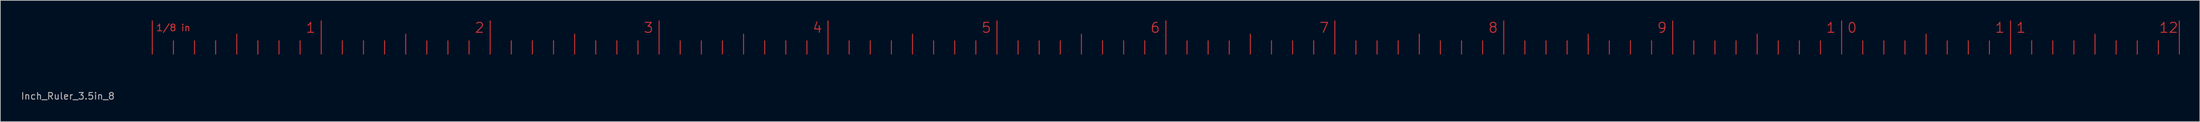
<source format=kicad_pcb>
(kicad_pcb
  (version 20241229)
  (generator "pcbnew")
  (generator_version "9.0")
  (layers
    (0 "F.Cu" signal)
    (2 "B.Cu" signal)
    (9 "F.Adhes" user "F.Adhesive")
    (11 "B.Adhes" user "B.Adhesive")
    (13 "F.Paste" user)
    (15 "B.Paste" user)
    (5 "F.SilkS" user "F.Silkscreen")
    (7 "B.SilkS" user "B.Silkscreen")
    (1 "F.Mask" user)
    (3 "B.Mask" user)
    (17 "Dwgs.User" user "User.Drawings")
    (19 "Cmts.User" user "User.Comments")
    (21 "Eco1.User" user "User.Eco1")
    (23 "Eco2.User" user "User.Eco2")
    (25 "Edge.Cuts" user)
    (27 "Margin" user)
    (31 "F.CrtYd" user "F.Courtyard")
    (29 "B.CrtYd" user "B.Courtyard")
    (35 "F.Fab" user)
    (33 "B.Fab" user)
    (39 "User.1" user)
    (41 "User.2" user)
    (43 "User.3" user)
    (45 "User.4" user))
  (footprint "Inch_Ruler_3.5in_8"
    (layer "F.Cu")
    (at 19.849 5.109)
    (property "Reference" "Inch_Ruler_3.5in_8" (at -12.7 6.35 0) (layer "F.Fab") (effects (font (size 1 1) (thickness 0.15))))
    (attr through_hole)
    (fp_line (start 0 -5) (end 0 0) (stroke (width 0.15) (type solid)) (layer "F.Cu"))
    (fp_line (start 3.175 -2) (end 3.175 0) (stroke (width 0.15) (type solid)) (layer "F.Cu"))
    (fp_line (start 6.35 -2) (end 6.35 0) (stroke (width 0.15) (type solid)) (layer "F.Cu"))
    (fp_line (start 9.525 -2) (end 9.525 0) (stroke (width 0.15) (type solid)) (layer "F.Cu"))
    (fp_line (start 12.7 -3) (end 12.7 0) (stroke (width 0.15) (type solid)) (layer "F.Cu"))
    (fp_line (start 15.875 -2) (end 15.875 0) (stroke (width 0.15) (type solid)) (layer "F.Cu"))
    (fp_line (start 19.05 -2) (end 19.05 0) (stroke (width 0.15) (type solid)) (layer "F.Cu"))
    (fp_line (start 22.225 -2) (end 22.225 0) (stroke (width 0.15) (type solid)) (layer "F.Cu"))
    (fp_line (start 25.4 -5) (end 25.4 0) (stroke (width 0.15) (type solid)) (layer "F.Cu"))
    (fp_line (start 28.575 -2) (end 28.575 0) (stroke (width 0.15) (type solid)) (layer "F.Cu"))
    (fp_line (start 31.75 -2) (end 31.75 0) (stroke (width 0.15) (type solid)) (layer "F.Cu"))
    (fp_line (start 34.925 -2) (end 34.925 0) (stroke (width 0.15) (type solid)) (layer "F.Cu"))
    (fp_line (start 38.1 -3) (end 38.1 0) (stroke (width 0.15) (type solid)) (layer "F.Cu"))
    (fp_line (start 41.275 -2) (end 41.275 0) (stroke (width 0.15) (type solid)) (layer "F.Cu"))
    (fp_line (start 44.45 -2) (end 44.45 0) (stroke (width 0.15) (type solid)) (layer "F.Cu"))
    (fp_line (start 47.625 -2) (end 47.625 0) (stroke (width 0.15) (type solid)) (layer "F.Cu"))
    (fp_line (start 50.8 -5) (end 50.8 0) (stroke (width 0.15) (type solid)) (layer "F.Cu"))
    (fp_line (start 53.975 -2) (end 53.975 0) (stroke (width 0.15) (type solid)) (layer "F.Cu"))
    (fp_line (start 57.15 -2) (end 57.15 0) (stroke (width 0.15) (type solid)) (layer "F.Cu"))
    (fp_line (start 60.325 -2) (end 60.325 0) (stroke (width 0.15) (type solid)) (layer "F.Cu"))
    (fp_line (start 63.5 -3) (end 63.5 0) (stroke (width 0.15) (type solid)) (layer "F.Cu"))
    (fp_line (start 66.675 -2) (end 66.675 0) (stroke (width 0.15) (type solid)) (layer "F.Cu"))
    (fp_line (start 69.85 -2) (end 69.85 0) (stroke (width 0.15) (type solid)) (layer "F.Cu"))
    (fp_line (start 73.025 -2) (end 73.025 0) (stroke (width 0.15) (type solid)) (layer "F.Cu"))
    (fp_line (start 76.2 -5) (end 76.2 0) (stroke (width 0.15) (type solid)) (layer "F.Cu"))
    (fp_line (start 79.375 -2) (end 79.375 0) (stroke (width 0.15) (type solid)) (layer "F.Cu"))
    (fp_line (start 82.55 -2) (end 82.55 0) (stroke (width 0.15) (type solid)) (layer "F.Cu"))
    (fp_line (start 85.725 -2) (end 85.725 0) (stroke (width 0.15) (type solid)) (layer "F.Cu"))
    (fp_line (start 88.9 -3) (end 88.9 0) (stroke (width 0.15) (type solid)) (layer "F.Cu"))
    (fp_line (start 92.075 -2) (end 92.075 0) (stroke (width 0.15) (type solid)) (layer "F.Cu"))
    (fp_line (start 95.25 -2) (end 95.25 0) (stroke (width 0.15) (type solid)) (layer "F.Cu"))
    (fp_line (start 98.425 -2) (end 98.425 0) (stroke (width 0.15) (type solid)) (layer "F.Cu"))
    (fp_line (start 101.6 -5) (end 101.6 0) (stroke (width 0.15) (type solid)) (layer "F.Cu"))
    (fp_line (start 104.775 -2) (end 104.775 0) (stroke (width 0.15) (type solid)) (layer "F.Cu"))
    (fp_line (start 107.95 -2) (end 107.95 0) (stroke (width 0.15) (type solid)) (layer "F.Cu"))
    (fp_line (start 111.125 -2) (end 111.125 0) (stroke (width 0.15) (type solid)) (layer "F.Cu"))
    (fp_line (start 114.3 -3) (end 114.3 0) (stroke (width 0.15) (type solid)) (layer "F.Cu"))
    (fp_line (start 117.475 -2) (end 117.475 0) (stroke (width 0.15) (type solid)) (layer "F.Cu"))
    (fp_line (start 120.65 -2) (end 120.65 0) (stroke (width 0.15) (type solid)) (layer "F.Cu"))
    (fp_line (start 123.825 -2) (end 123.825 0) (stroke (width 0.15) (type solid)) (layer "F.Cu"))
    (fp_line (start 127 -5) (end 127 0) (stroke (width 0.15) (type solid)) (layer "F.Cu"))
    (fp_line (start 130.175 -2) (end 130.175 0) (stroke (width 0.15) (type solid)) (layer "F.Cu"))
    (fp_line (start 133.35 -2) (end 133.35 0) (stroke (width 0.15) (type solid)) (layer "F.Cu"))
    (fp_line (start 136.525 -2) (end 136.525 0) (stroke (width 0.15) (type solid)) (layer "F.Cu"))
    (fp_line (start 139.7 -3) (end 139.7 0) (stroke (width 0.15) (type solid)) (layer "F.Cu"))
    (fp_line (start 142.875 -2) (end 142.875 0) (stroke (width 0.15) (type solid)) (layer "F.Cu"))
    (fp_line (start 146.05 -2) (end 146.05 0) (stroke (width 0.15) (type solid)) (layer "F.Cu"))
    (fp_line (start 149.225 -2) (end 149.225 0) (stroke (width 0.15) (type solid)) (layer "F.Cu"))
    (fp_line (start 152.4 -5) (end 152.4 0) (stroke (width 0.15) (type solid)) (layer "F.Cu"))
    (fp_line (start 155.575 -2) (end 155.575 0) (stroke (width 0.15) (type solid)) (layer "F.Cu"))
    (fp_line (start 158.75 -2) (end 158.75 0) (stroke (width 0.15) (type solid)) (layer "F.Cu"))
    (fp_line (start 161.925 -2) (end 161.925 0) (stroke (width 0.15) (type solid)) (layer "F.Cu"))
    (fp_line (start 165.1 -3) (end 165.1 0) (stroke (width 0.15) (type solid)) (layer "F.Cu"))
    (fp_line (start 168.275 -2) (end 168.275 0) (stroke (width 0.15) (type solid)) (layer "F.Cu"))
    (fp_line (start 171.45 -2) (end 171.45 0) (stroke (width 0.15) (type solid)) (layer "F.Cu"))
    (fp_line (start 174.625 -2) (end 174.625 0) (stroke (width 0.15) (type solid)) (layer "F.Cu"))
    (fp_line (start 177.8 -5) (end 177.8 0) (stroke (width 0.15) (type solid)) (layer "F.Cu"))
    (fp_line (start 180.975 -2) (end 180.975 0) (stroke (width 0.15) (type solid)) (layer "F.Cu"))
    (fp_line (start 184.15 -2) (end 184.15 0) (stroke (width 0.15) (type solid)) (layer "F.Cu"))
    (fp_line (start 187.325 -2) (end 187.325 0) (stroke (width 0.15) (type solid)) (layer "F.Cu"))
    (fp_line (start 190.5 -3) (end 190.5 0) (stroke (width 0.15) (type solid)) (layer "F.Cu"))
    (fp_line (start 193.675 -2) (end 193.675 0) (stroke (width 0.15) (type solid)) (layer "F.Cu"))
    (fp_line (start 196.85 -2) (end 196.85 0) (stroke (width 0.15) (type solid)) (layer "F.Cu"))
    (fp_line (start 200.025 -2) (end 200.025 0) (stroke (width 0.15) (type solid)) (layer "F.Cu"))
    (fp_line (start 203.2 -5) (end 203.2 0) (stroke (width 0.15) (type solid)) (layer "F.Cu"))
    (fp_line (start 206.375 -2) (end 206.375 0) (stroke (width 0.15) (type solid)) (layer "F.Cu"))
    (fp_line (start 209.55 -2) (end 209.55 0) (stroke (width 0.15) (type solid)) (layer "F.Cu"))
    (fp_line (start 212.725 -2) (end 212.725 0) (stroke (width 0.15) (type solid)) (layer "F.Cu"))
    (fp_line (start 215.9 -3) (end 215.9 0) (stroke (width 0.15) (type solid)) (layer "F.Cu"))
    (fp_line (start 219.075 -2) (end 219.075 0) (stroke (width 0.15) (type solid)) (layer "F.Cu"))
    (fp_line (start 222.25 -2) (end 222.25 0) (stroke (width 0.15) (type solid)) (layer "F.Cu"))
    (fp_line (start 225.425 -2) (end 225.425 0) (stroke (width 0.15) (type solid)) (layer "F.Cu"))
    (fp_line (start 228.6 -5) (end 228.6 0) (stroke (width 0.15) (type solid)) (layer "F.Cu"))
    (fp_line (start 231.775 -2) (end 231.775 0) (stroke (width 0.15) (type solid)) (layer "F.Cu"))
    (fp_line (start 234.95 -2) (end 234.95 0) (stroke (width 0.15) (type solid)) (layer "F.Cu"))
    (fp_line (start 238.125 -2) (end 238.125 0) (stroke (width 0.15) (type solid)) (layer "F.Cu"))
    (fp_line (start 241.3 -3) (end 241.3 0) (stroke (width 0.15) (type solid)) (layer "F.Cu"))
    (fp_line (start 244.475 -2) (end 244.475 0) (stroke (width 0.15) (type solid)) (layer "F.Cu"))
    (fp_line (start 247.65 -2) (end 247.65 0) (stroke (width 0.15) (type solid)) (layer "F.Cu"))
    (fp_line (start 250.825 -2) (end 250.825 0) (stroke (width 0.15) (type solid)) (layer "F.Cu"))
    (fp_line (start 254 -5) (end 254 0) (stroke (width 0.15) (type solid)) (layer "F.Cu"))
    (fp_line (start 257.175 -2) (end 257.175 0) (stroke (width 0.15) (type solid)) (layer "F.Cu"))
    (fp_line (start 260.35 -2) (end 260.35 0) (stroke (width 0.15) (type solid)) (layer "F.Cu"))
    (fp_line (start 263.525 -2) (end 263.525 0) (stroke (width 0.15) (type solid)) (layer "F.Cu"))
    (fp_line (start 266.7 -3) (end 266.7 0) (stroke (width 0.15) (type solid)) (layer "F.Cu"))
    (fp_line (start 269.875 -2) (end 269.875 0) (stroke (width 0.15) (type solid)) (layer "F.Cu"))
    (fp_line (start 273.05 -2) (end 273.05 0) (stroke (width 0.15) (type solid)) (layer "F.Cu"))
    (fp_line (start 276.225 -2) (end 276.225 0) (stroke (width 0.15) (type solid)) (layer "F.Cu"))
    (fp_line (start 279.4 -5) (end 279.4 0) (stroke (width 0.15) (type solid)) (layer "F.Cu"))
    (fp_line (start 282.575 -2) (end 282.575 0) (stroke (width 0.15) (type solid)) (layer "F.Cu"))
    (fp_line (start 285.75 -2) (end 285.75 0) (stroke (width 0.15) (type solid)) (layer "F.Cu"))
    (fp_line (start 288.925 -2) (end 288.925 0) (stroke (width 0.15) (type solid)) (layer "F.Cu"))
    (fp_line (start 292.1 -3) (end 292.1 0) (stroke (width 0.15) (type solid)) (layer "F.Cu"))
    (fp_line (start 295.275 -2) (end 295.275 0) (stroke (width 0.15) (type solid)) (layer "F.Cu"))
    (fp_line (start 298.45 -2) (end 298.45 0) (stroke (width 0.15) (type solid)) (layer "F.Cu"))
    (fp_line (start 301.625 -2) (end 301.625 0) (stroke (width 0.15) (type solid)) (layer "F.Cu"))
    (fp_line (start 304.781 -5) (end 304.781 0) (stroke (width 0.15) (type solid)) (layer "F.Cu"))
    (fp_line (start 0 -5) (end 0 0) (stroke (width 0.15) (type solid)) (layer "F.Mask"))
    (fp_line (start 3.175 -2) (end 3.175 0) (stroke (width 0.15) (type solid)) (layer "F.Mask"))
    (fp_line (start 6.35 -2) (end 6.35 0) (stroke (width 0.15) (type solid)) (layer "F.Mask"))
    (fp_line (start 9.525 -2) (end 9.525 0) (stroke (width 0.15) (type solid)) (layer "F.Mask"))
    (fp_line (start 12.7 -3) (end 12.7 0) (stroke (width 0.15) (type solid)) (layer "F.Mask"))
    (fp_line (start 15.875 -2) (end 15.875 0) (stroke (width 0.15) (type solid)) (layer "F.Mask"))
    (fp_line (start 19.05 -2) (end 19.05 0) (stroke (width 0.15) (type solid)) (layer "F.Mask"))
    (fp_line (start 22.225 -2) (end 22.225 0) (stroke (width 0.15) (type solid)) (layer "F.Mask"))
    (fp_line (start 25.4 -5) (end 25.4 0) (stroke (width 0.15) (type solid)) (layer "F.Mask"))
    (fp_line (start 28.575 -2) (end 28.575 0) (stroke (width 0.15) (type solid)) (layer "F.Mask"))
    (fp_line (start 31.75 -2) (end 31.75 0) (stroke (width 0.15) (type solid)) (layer "F.Mask"))
    (fp_line (start 34.925 -2) (end 34.925 0) (stroke (width 0.15) (type solid)) (layer "F.Mask"))
    (fp_line (start 38.1 -3) (end 38.1 0) (stroke (width 0.15) (type solid)) (layer "F.Mask"))
    (fp_line (start 41.275 -2) (end 41.275 0) (stroke (width 0.15) (type solid)) (layer "F.Mask"))
    (fp_line (start 44.45 -2) (end 44.45 0) (stroke (width 0.15) (type solid)) (layer "F.Mask"))
    (fp_line (start 47.625 -2) (end 47.625 0) (stroke (width 0.15) (type solid)) (layer "F.Mask"))
    (fp_line (start 50.8 -5) (end 50.8 0) (stroke (width 0.15) (type solid)) (layer "F.Mask"))
    (fp_line (start 53.975 -2) (end 53.975 0) (stroke (width 0.15) (type solid)) (layer "F.Mask"))
    (fp_line (start 57.15 -2) (end 57.15 0) (stroke (width 0.15) (type solid)) (layer "F.Mask"))
    (fp_line (start 60.325 -2) (end 60.325 0) (stroke (width 0.15) (type solid)) (layer "F.Mask"))
    (fp_line (start 63.5 -3) (end 63.5 0) (stroke (width 0.15) (type solid)) (layer "F.Mask"))
    (fp_line (start 66.675 -2) (end 66.675 0) (stroke (width 0.15) (type solid)) (layer "F.Mask"))
    (fp_line (start 69.85 -2) (end 69.85 0) (stroke (width 0.15) (type solid)) (layer "F.Mask"))
    (fp_line (start 73.025 -2) (end 73.025 0) (stroke (width 0.15) (type solid)) (layer "F.Mask"))
    (fp_line (start 76.2 -5) (end 76.2 0) (stroke (width 0.15) (type solid)) (layer "F.Mask"))
    (fp_line (start 79.375 -2) (end 79.375 0) (stroke (width 0.15) (type solid)) (layer "F.Mask"))
    (fp_line (start 82.55 -2) (end 82.55 0) (stroke (width 0.15) (type solid)) (layer "F.Mask"))
    (fp_line (start 85.725 -2) (end 85.725 0) (stroke (width 0.15) (type solid)) (layer "F.Mask"))
    (fp_line (start 88.9 -3) (end 88.9 0) (stroke (width 0.15) (type solid)) (layer "F.Mask"))
    (fp_line (start 92.075 -2) (end 92.075 0) (stroke (width 0.15) (type solid)) (layer "F.Mask"))
    (fp_line (start 95.25 -2) (end 95.25 0) (stroke (width 0.15) (type solid)) (layer "F.Mask"))
    (fp_line (start 98.425 -2) (end 98.425 0) (stroke (width 0.15) (type solid)) (layer "F.Mask"))
    (fp_line (start 101.6 -5) (end 101.6 0) (stroke (width 0.15) (type solid)) (layer "F.Mask"))
    (fp_line (start 104.775 -2) (end 104.775 0) (stroke (width 0.15) (type solid)) (layer "F.Mask"))
    (fp_line (start 107.95 -2) (end 107.95 0) (stroke (width 0.15) (type solid)) (layer "F.Mask"))
    (fp_line (start 111.125 -2) (end 111.125 0) (stroke (width 0.15) (type solid)) (layer "F.Mask"))
    (fp_line (start 114.3 -3) (end 114.3 0) (stroke (width 0.15) (type solid)) (layer "F.Mask"))
    (fp_line (start 117.475 -2) (end 117.475 0) (stroke (width 0.15) (type solid)) (layer "F.Mask"))
    (fp_line (start 120.65 -2) (end 120.65 0) (stroke (width 0.15) (type solid)) (layer "F.Mask"))
    (fp_line (start 123.825 -2) (end 123.825 0) (stroke (width 0.15) (type solid)) (layer "F.Mask"))
    (fp_line (start 127 -5) (end 127 0) (stroke (width 0.15) (type solid)) (layer "F.Mask"))
    (fp_line (start 130.175 -2) (end 130.175 0) (stroke (width 0.15) (type solid)) (layer "F.Mask"))
    (fp_line (start 133.35 -2) (end 133.35 0) (stroke (width 0.15) (type solid)) (layer "F.Mask"))
    (fp_line (start 136.525 -2) (end 136.525 0) (stroke (width 0.15) (type solid)) (layer "F.Mask"))
    (fp_line (start 139.7 -3) (end 139.7 0) (stroke (width 0.15) (type solid)) (layer "F.Mask"))
    (fp_line (start 142.875 -2) (end 142.875 0) (stroke (width 0.15) (type solid)) (layer "F.Mask"))
    (fp_line (start 146.05 -2) (end 146.05 0) (stroke (width 0.15) (type solid)) (layer "F.Mask"))
    (fp_line (start 149.225 -2) (end 149.225 0) (stroke (width 0.15) (type solid)) (layer "F.Mask"))
    (fp_line (start 152.4 -5) (end 152.4 0) (stroke (width 0.15) (type solid)) (layer "F.Mask"))
    (fp_line (start 155.575 -2) (end 155.575 0) (stroke (width 0.15) (type solid)) (layer "F.Mask"))
    (fp_line (start 158.75 -2) (end 158.75 0) (stroke (width 0.15) (type solid)) (layer "F.Mask"))
    (fp_line (start 161.925 -2) (end 161.925 0) (stroke (width 0.15) (type solid)) (layer "F.Mask"))
    (fp_line (start 165.1 -3) (end 165.1 0) (stroke (width 0.15) (type solid)) (layer "F.Mask"))
    (fp_line (start 168.275 -2) (end 168.275 0) (stroke (width 0.15) (type solid)) (layer "F.Mask"))
    (fp_line (start 171.45 -2) (end 171.45 0) (stroke (width 0.15) (type solid)) (layer "F.Mask"))
    (fp_line (start 174.625 -2) (end 174.625 0) (stroke (width 0.15) (type solid)) (layer "F.Mask"))
    (fp_line (start 177.8 -5) (end 177.8 0) (stroke (width 0.15) (type solid)) (layer "F.Mask"))
    (fp_line (start 180.975 -2) (end 180.975 0) (stroke (width 0.15) (type solid)) (layer "F.Mask"))
    (fp_line (start 184.15 -2) (end 184.15 0) (stroke (width 0.15) (type solid)) (layer "F.Mask"))
    (fp_line (start 187.325 -2) (end 187.325 0) (stroke (width 0.15) (type solid)) (layer "F.Mask"))
    (fp_line (start 190.5 -3) (end 190.5 0) (stroke (width 0.15) (type solid)) (layer "F.Mask"))
    (fp_line (start 193.675 -2) (end 193.675 0) (stroke (width 0.15) (type solid)) (layer "F.Mask"))
    (fp_line (start 196.85 -2) (end 196.85 0) (stroke (width 0.15) (type solid)) (layer "F.Mask"))
    (fp_line (start 200.025 -2) (end 200.025 0) (stroke (width 0.15) (type solid)) (layer "F.Mask"))
    (fp_line (start 203.2 -5) (end 203.2 0) (stroke (width 0.15) (type solid)) (layer "F.Mask"))
    (fp_line (start 206.375 -2) (end 206.375 0) (stroke (width 0.15) (type solid)) (layer "F.Mask"))
    (fp_line (start 209.55 -2) (end 209.55 0) (stroke (width 0.15) (type solid)) (layer "F.Mask"))
    (fp_line (start 212.725 -2) (end 212.725 0) (stroke (width 0.15) (type solid)) (layer "F.Mask"))
    (fp_line (start 215.9 -3) (end 215.9 0) (stroke (width 0.15) (type solid)) (layer "F.Mask"))
    (fp_line (start 219.075 -2) (end 219.075 0) (stroke (width 0.15) (type solid)) (layer "F.Mask"))
    (fp_line (start 222.25 -2) (end 222.25 0) (stroke (width 0.15) (type solid)) (layer "F.Mask"))
    (fp_line (start 225.425 -2) (end 225.425 0) (stroke (width 0.15) (type solid)) (layer "F.Mask"))
    (fp_line (start 228.6 -5) (end 228.6 0) (stroke (width 0.15) (type solid)) (layer "F.Mask"))
    (fp_line (start 231.775 -2) (end 231.775 0) (stroke (width 0.15) (type solid)) (layer "F.Mask"))
    (fp_line (start 234.95 -2) (end 234.95 0) (stroke (width 0.15) (type solid)) (layer "F.Mask"))
    (fp_line (start 238.125 -2) (end 238.125 0) (stroke (width 0.15) (type solid)) (layer "F.Mask"))
    (fp_line (start 241.3 -3) (end 241.3 0) (stroke (width 0.15) (type solid)) (layer "F.Mask"))
    (fp_line (start 244.475 -2) (end 244.475 0) (stroke (width 0.15) (type solid)) (layer "F.Mask"))
    (fp_line (start 247.65 -2) (end 247.65 0) (stroke (width 0.15) (type solid)) (layer "F.Mask"))
    (fp_line (start 250.825 -2) (end 250.825 0) (stroke (width 0.15) (type solid)) (layer "F.Mask"))
    (fp_line (start 254 -5) (end 254 0) (stroke (width 0.15) (type solid)) (layer "F.Mask"))
    (fp_line (start 257.175 -2) (end 257.175 0) (stroke (width 0.15) (type solid)) (layer "F.Mask"))
    (fp_line (start 260.35 -2) (end 260.35 0) (stroke (width 0.15) (type solid)) (layer "F.Mask"))
    (fp_line (start 263.525 -2) (end 263.525 0) (stroke (width 0.15) (type solid)) (layer "F.Mask"))
    (fp_line (start 266.7 -3) (end 266.7 0) (stroke (width 0.15) (type solid)) (layer "F.Mask"))
    (fp_line (start 269.875 -2) (end 269.875 0) (stroke (width 0.15) (type solid)) (layer "F.Mask"))
    (fp_line (start 273.05 -2) (end 273.05 0) (stroke (width 0.15) (type solid)) (layer "F.Mask"))
    (fp_line (start 276.225 -2) (end 276.225 0) (stroke (width 0.15) (type solid)) (layer "F.Mask"))
    (fp_line (start 279.4 -5) (end 279.4 0) (stroke (width 0.15) (type solid)) (layer "F.Mask"))
    (fp_line (start 282.575 -2) (end 282.575 0) (stroke (width 0.15) (type solid)) (layer "F.Mask"))
    (fp_line (start 285.75 -2) (end 285.75 0) (stroke (width 0.15) (type solid)) (layer "F.Mask"))
    (fp_line (start 288.925 -2) (end 288.925 0) (stroke (width 0.15) (type solid)) (layer "F.Mask"))
    (fp_line (start 292.1 -3) (end 292.1 0) (stroke (width 0.15) (type solid)) (layer "F.Mask"))
    (fp_line (start 295.275 -2) (end 295.275 0) (stroke (width 0.15) (type solid)) (layer "F.Mask"))
    (fp_line (start 298.45 -2) (end 298.45 0) (stroke (width 0.15) (type solid)) (layer "F.Mask"))
    (fp_line (start 301.625 -2) (end 301.625 0) (stroke (width 0.15) (type solid)) (layer "F.Mask"))
    (fp_line (start 304.781 -5) (end 304.781 0) (stroke (width 0.15) (type solid)) (layer "F.Mask"))
    (fp_text user "8" (at 201.6 -3.969 0) (layer "F.Cu") (effects (font (size 1.5 1.5) (thickness 0.15))))
    (fp_text user "1/8 in" (at 3.175 -3.969 0) (layer "F.Cu") (effects (font (size 1 1) (thickness 0.15))))
    (fp_text user "4" (at 100.006 -3.969 0) (layer "F.Cu") (effects (font (size 1.5 1.5) (thickness 0.15))))
    (fp_text user "0" (at 255.571 -3.969 0) (layer "F.Cu") (effects (font (size 1.5 1.5) (thickness 0.15))))
    (fp_text user "12" (at 303.176 -3.969 0) (layer "F.Cu") (effects (font (size 1.5 1.5) (thickness 0.15))))
    (fp_text user "1" (at 23.811 -3.969 0) (layer "F.Cu") (effects (font (size 1.5 1.5) (thickness 0.15))))
    (fp_text user "1" (at 277.795 -3.969 0) (layer "F.Cu") (effects (font (size 1.5 1.5) (thickness 0.15))))
    (fp_text user "7" (at 176.201 -3.969 0) (layer "F.Cu") (effects (font (size 1.5 1.5) (thickness 0.15))))
    (fp_text user "5" (at 125.405 -3.969 0) (layer "F.Cu") (effects (font (size 1.5 1.5) (thickness 0.15))))
    (fp_text user "9" (at 226.998 -3.969 0) (layer "F.Cu") (effects (font (size 1.5 1.5) (thickness 0.15))))
    (fp_text user "1" (at 252.397 -3.969 0) (layer "F.Cu") (effects (font (size 1.5 1.5) (thickness 0.15))))
    (fp_text user "6" (at 150.803 -3.969 0) (layer "F.Cu") (effects (font (size 1.5 1.5) (thickness 0.15))))
    (fp_text user "1" (at 280.97 -3.969 0) (layer "F.Cu") (effects (font (size 1.5 1.5) (thickness 0.15))))
    (fp_text user "2" (at 49.209 -3.969 0) (layer "F.Cu") (effects (font (size 1.5 1.5) (thickness 0.15))))
    (fp_text user "3" (at 74.608 -3.969 0) (layer "F.Cu") (effects (font (size 1.5 1.5) (thickness 0.15))))
    (fp_text user "3" (at 74.608 -3.969 0) (layer "F.Mask") (effects (font (size 1.5 1.5) (thickness 0.15))))
    (fp_text user "1" (at 277.795 -3.969 0) (layer "F.Mask") (effects (font (size 1.5 1.5) (thickness 0.15))))
    (fp_text user "8" (at 201.6 -3.969 0) (layer "F.Mask") (effects (font (size 1.5 1.5) (thickness 0.15))))
    (fp_text user "1" (at 23.811 -3.969 0) (layer "F.Mask") (effects (font (size 1.5 1.5) (thickness 0.15))))
    (fp_text user "7" (at 176.201 -3.969 0) (layer "F.Mask") (effects (font (size 1.5 1.5) (thickness 0.15))))
    (fp_text user "1" (at 280.97 -3.969 0) (layer "F.Mask") (effects (font (size 1.5 1.5) (thickness 0.15))))
    (fp_text user "2" (at 49.209 -3.969 0) (layer "F.Mask") (effects (font (size 1.5 1.5) (thickness 0.15))))
    (fp_text user "12" (at 303.176 -3.969 0) (layer "F.Mask") (effects (font (size 1.5 1.5) (thickness 0.15))))
    (fp_text user "4" (at 100.006 -3.969 0) (layer "F.Mask") (effects (font (size 1.5 1.5) (thickness 0.15))))
    (fp_text user "5" (at 125.405 -3.969 0) (layer "F.Mask") (effects (font (size 1.5 1.5) (thickness 0.15))))
    (fp_text user "1" (at 252.397 -3.969 0) (layer "F.Mask") (effects (font (size 1.5 1.5) (thickness 0.15))))
    (fp_text user "1/8 in" (at 3.175 -3.969 0) (layer "F.Mask") (effects (font (size 1 1) (thickness 0.15))))
    (fp_text user "9" (at 226.998 -3.969 0) (layer "F.Mask") (effects (font (size 1.5 1.5) (thickness 0.15))))
    (fp_text user "6" (at 150.803 -3.969 0) (layer "F.Mask") (effects (font (size 1.5 1.5) (thickness 0.15))))
    (fp_text user "0" (at 255.571 -3.969 0) (layer "F.Mask") (effects (font (size 1.5 1.5) (thickness 0.15)))))
  (gr_rect
    (start -3 -3)
    (end 327.705 15.307)
    (stroke (width 0.1) (type default))
    (fill no)
    (layer "Edge.Cuts")))
</source>
